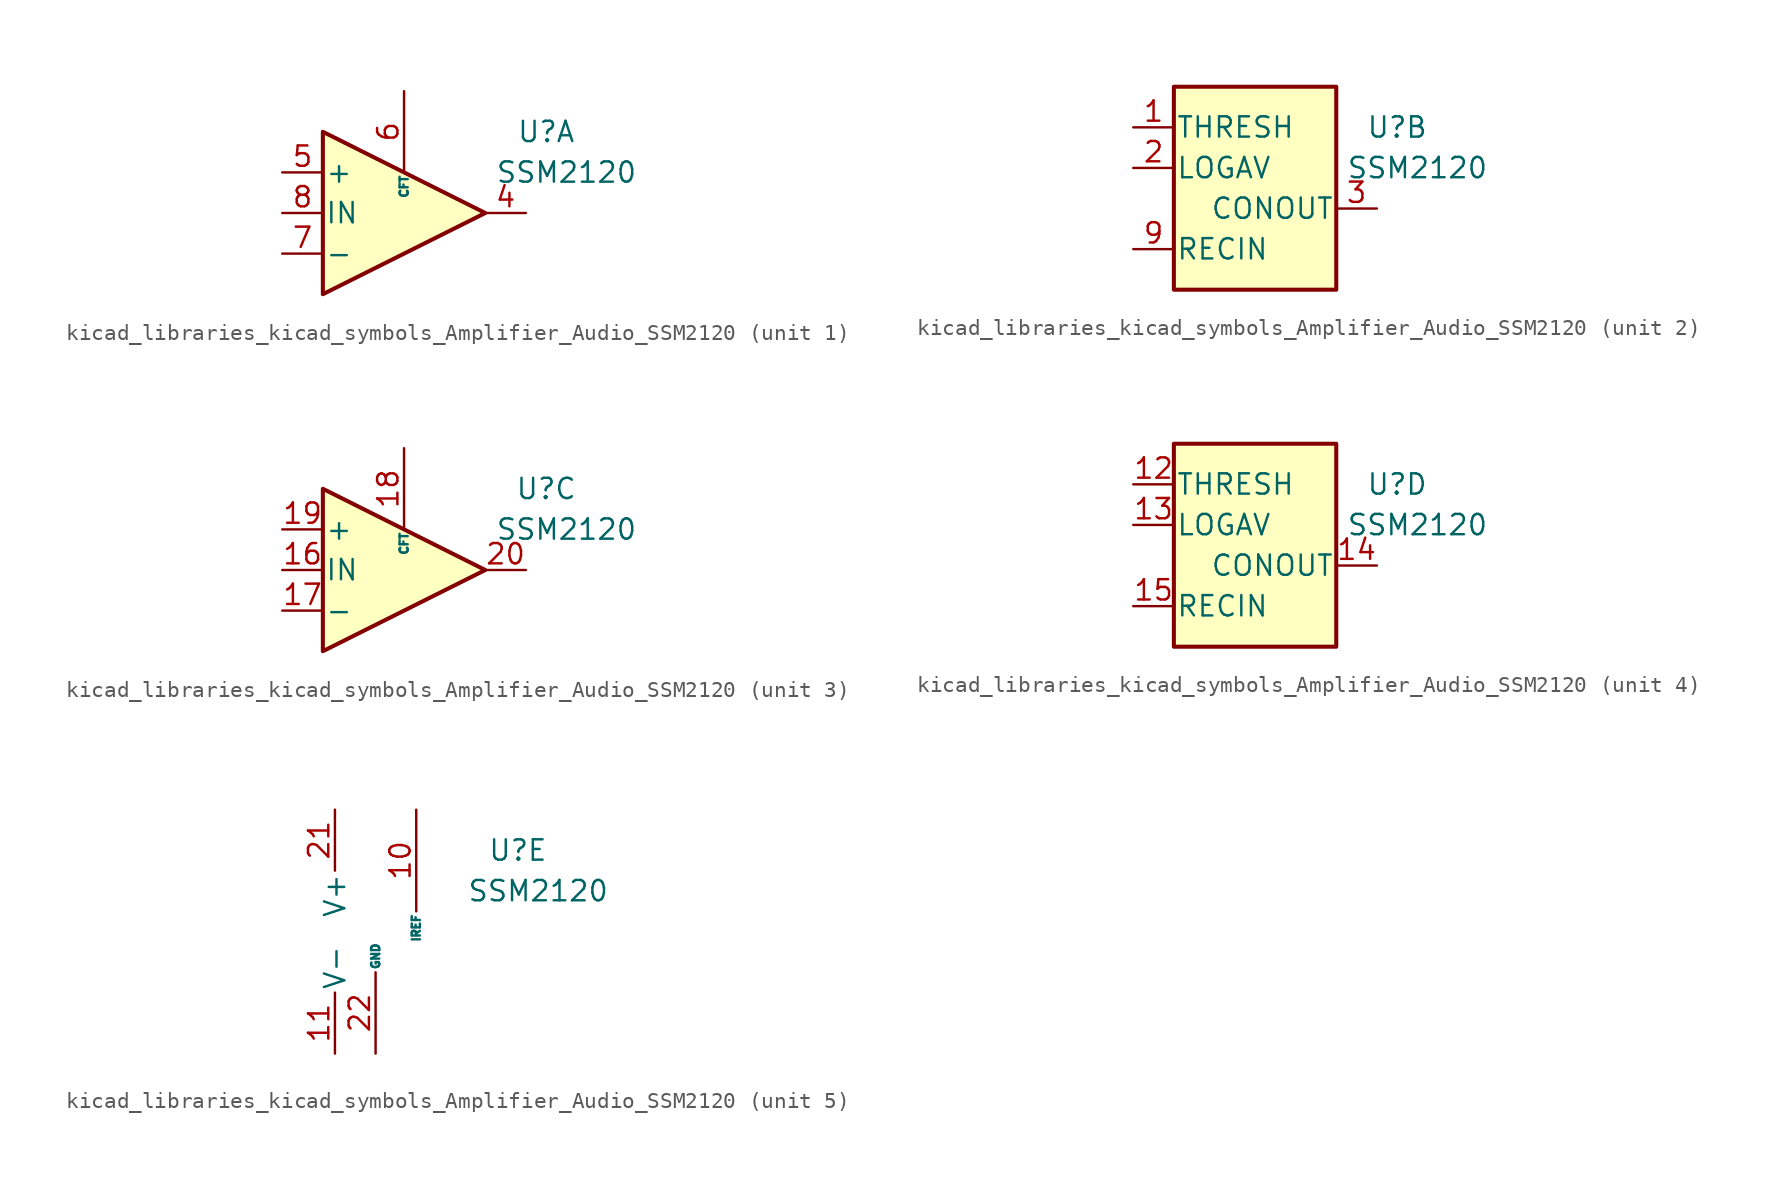
<source format=kicad_sym>
(kicad_symbol_lib
  (version 20220914)
  (generator kicad_symbol_editor)
  (symbol "kicad_libraries_kicad_symbols_Amplifier_Audio_SSM2120"
    (pin_names
      (offset 0.127))
    (property "Reference" "U"
      (at 8.89 5.08 0)
      (effects (font (size 1.27 1.27))))
    (property "Value" "SSM2120"
      (at 10.16 2.54 0)
      (effects (font (size 1.27 1.27))))
    (property "ki_locked" ""
      (at 0 0 0)
      (effects (font (size 1.27 1.27))))
    (symbol "kicad_libraries_kicad_symbols_Amplifier_Audio_SSM2120_1_1"
      (polyline (pts (xy -5.08 5.08) (xy 5.08 0) (xy -5.08 -5.08) (xy -5.08 5.08)) (stroke (width 0.254) (type default)) (fill (type background)))
      (pin output line (at 7.62 0 180) (length 2.54) (name "~" (effects (font (size 1.27 1.27)))) (number "4" (effects (font (size 1.27 1.27)))))
      (pin input line (at -7.62 2.54 0) (length 2.54) (name "+" (effects (font (size 1.27 1.27)))) (number "5" (effects (font (size 1.27 1.27)))))
      (pin input line (at 0 7.62 270) (length 5.08) (name "CFT" (effects (font (size 0.508 0.508)))) (number "6" (effects (font (size 1.27 1.27)))))
      (pin input line (at -7.62 -2.54 0) (length 2.54) (name "-" (effects (font (size 1.27 1.27)))) (number "7" (effects (font (size 1.27 1.27)))))
      (pin input line (at -7.62 0 0) (length 2.54) (name "IN" (effects (font (size 1.27 1.27)))) (number "8" (effects (font (size 1.27 1.27))))))
    (symbol "kicad_libraries_kicad_symbols_Amplifier_Audio_SSM2120_2_1"
      (rectangle (start -5.08 7.62) (end 5.08 -5.08) (stroke (width 0.254) (type default)) (fill (type background)))
      (pin input line (at -7.62 5.08 0) (length 2.54) (name "THRESH" (effects (font (size 1.27 1.27)))) (number "1" (effects (font (size 1.27 1.27)))))
      (pin input line (at -7.62 2.54 0) (length 2.54) (name "LOGAV" (effects (font (size 1.27 1.27)))) (number "2" (effects (font (size 1.27 1.27)))))
      (pin input line (at 7.62 0 180) (length 2.54) (name "CONOUT" (effects (font (size 1.27 1.27)))) (number "3" (effects (font (size 1.27 1.27)))))
      (pin input line (at -7.62 -2.54 0) (length 2.54) (name "RECIN" (effects (font (size 1.27 1.27)))) (number "9" (effects (font (size 1.27 1.27))))))
    (symbol "kicad_libraries_kicad_symbols_Amplifier_Audio_SSM2120_3_1"
      (polyline (pts (xy -5.08 5.08) (xy 5.08 0) (xy -5.08 -5.08) (xy -5.08 5.08)) (stroke (width 0.254) (type default)) (fill (type background)))
      (pin input line (at -7.62 0 0) (length 2.54) (name "IN" (effects (font (size 1.27 1.27)))) (number "16" (effects (font (size 1.27 1.27)))))
      (pin input line (at -7.62 -2.54 0) (length 2.54) (name "-" (effects (font (size 1.27 1.27)))) (number "17" (effects (font (size 1.27 1.27)))))
      (pin input line (at 0 7.62 270) (length 5.08) (name "CFT" (effects (font (size 0.508 0.508)))) (number "18" (effects (font (size 1.27 1.27)))))
      (pin input line (at -7.62 2.54 0) (length 2.54) (name "+" (effects (font (size 1.27 1.27)))) (number "19" (effects (font (size 1.27 1.27)))))
      (pin output line (at 7.62 0 180) (length 2.54) (name "~" (effects (font (size 1.27 1.27)))) (number "20" (effects (font (size 1.27 1.27))))))
    (symbol "kicad_libraries_kicad_symbols_Amplifier_Audio_SSM2120_4_1"
      (rectangle (start -5.08 7.62) (end 5.08 -5.08) (stroke (width 0.254) (type default)) (fill (type background)))
      (pin input line (at -7.62 5.08 0) (length 2.54) (name "THRESH" (effects (font (size 1.27 1.27)))) (number "12" (effects (font (size 1.27 1.27)))))
      (pin input line (at -7.62 2.54 0) (length 2.54) (name "LOGAV" (effects (font (size 1.27 1.27)))) (number "13" (effects (font (size 1.27 1.27)))))
      (pin input line (at 7.62 0 180) (length 2.54) (name "CONOUT" (effects (font (size 1.27 1.27)))) (number "14" (effects (font (size 1.27 1.27)))))
      (pin input line (at -7.62 -2.54 0) (length 2.54) (name "RECIN" (effects (font (size 1.27 1.27)))) (number "15" (effects (font (size 1.27 1.27))))))
    (symbol "kicad_libraries_kicad_symbols_Amplifier_Audio_SSM2120_5_0"
      (pin input line (at 2.54 7.62 270) (length 6.35) (name "IREF" (effects (font (size 0.508 0.508)))) (number "10" (effects (font (size 1.27 1.27)))))
      (pin power_in line (at -2.54 -7.62 90) (length 3.81) (name "V-" (effects (font (size 1.27 1.27)))) (number "11" (effects (font (size 1.27 1.27)))))
      (pin power_in line (at -2.54 7.62 270) (length 3.81) (name "V+" (effects (font (size 1.27 1.27)))) (number "21" (effects (font (size 1.27 1.27)))))
      (pin power_in line (at 0 -7.62 90) (length 5.08) (name "GND" (effects (font (size 0.508 0.508)))) (number "22" (effects (font (size 1.27 1.27))))))))
</source>
